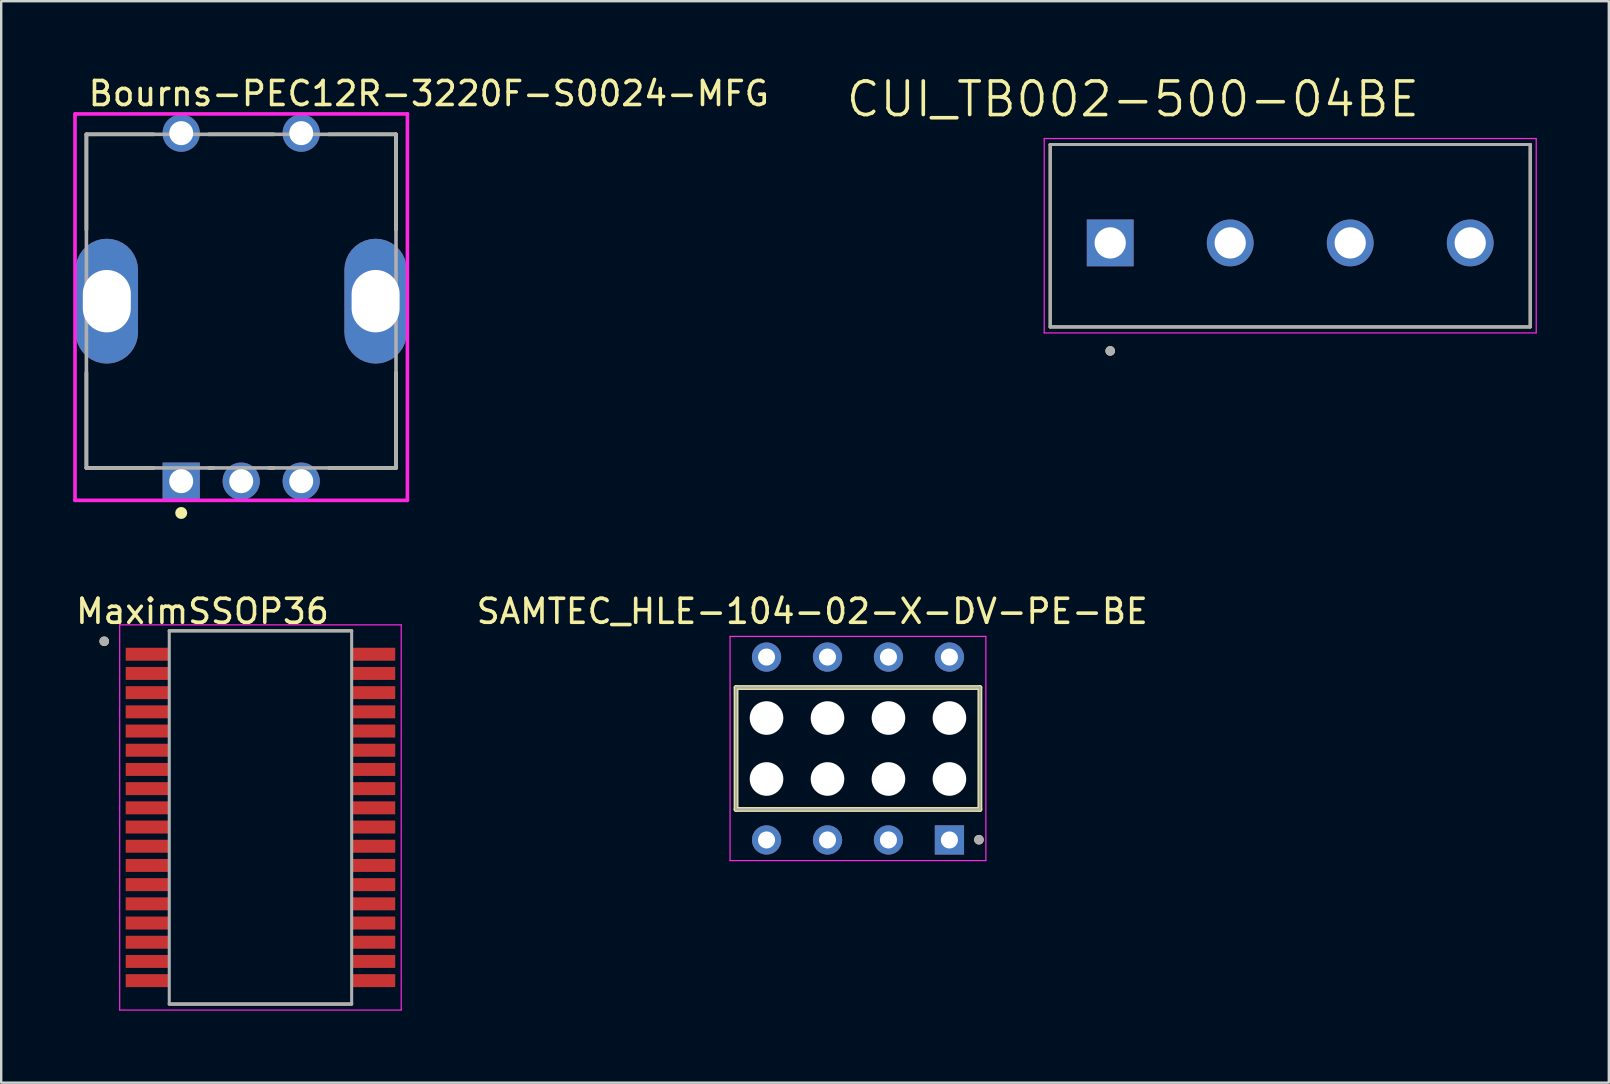
<source format=kicad_pcb>
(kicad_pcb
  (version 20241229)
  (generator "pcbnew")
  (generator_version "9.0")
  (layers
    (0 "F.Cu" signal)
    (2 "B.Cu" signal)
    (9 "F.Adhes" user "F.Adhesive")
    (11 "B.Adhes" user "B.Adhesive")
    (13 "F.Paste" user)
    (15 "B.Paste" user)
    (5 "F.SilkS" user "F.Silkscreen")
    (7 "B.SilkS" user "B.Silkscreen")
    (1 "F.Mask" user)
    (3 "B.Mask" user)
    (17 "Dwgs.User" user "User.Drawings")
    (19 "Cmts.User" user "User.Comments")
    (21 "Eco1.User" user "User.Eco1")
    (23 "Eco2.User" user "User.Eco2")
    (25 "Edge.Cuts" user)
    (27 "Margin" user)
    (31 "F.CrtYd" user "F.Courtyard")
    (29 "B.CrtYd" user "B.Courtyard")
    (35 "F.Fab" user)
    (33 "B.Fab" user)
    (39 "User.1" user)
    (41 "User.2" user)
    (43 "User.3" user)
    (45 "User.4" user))
  (footprint "Bourns-PEC12R-3220F-S0024-MFG"
    (layer "F.Cu")
    (at 7 9.498)
    (property "Reference" "Bourns-PEC12R-3220F-S0024-MFG" (at -6.45 -8.65 0) (layer "F.SilkS") (effects (font (size 1 1) (thickness 0.15)) (justify left)))
    (attr through_hole)
    (fp_line (start -6.45 -6.95) (end -3.65 -6.95) (stroke (width 0.15) (type solid)) (layer "F.SilkS"))
    (fp_line (start -6.45 -2.975) (end -6.45 -6.95) (stroke (width 0.15) (type solid)) (layer "F.SilkS"))
    (fp_line (start -6.45 6.95) (end -6.45 2.975) (stroke (width 0.15) (type solid)) (layer "F.SilkS"))
    (fp_line (start -6.45 6.95) (end -3.65 6.95) (stroke (width 0.15) (type solid)) (layer "F.SilkS"))
    (fp_line (start -1.35 -6.95) (end 1.35 -6.95) (stroke (width 0.15) (type solid)) (layer "F.SilkS"))
    (fp_line (start -1.35 6.95) (end -1.15 6.95) (stroke (width 0.15) (type solid)) (layer "F.SilkS"))
    (fp_line (start 1.15 6.95) (end 1.35 6.95) (stroke (width 0.15) (type solid)) (layer "F.SilkS"))
    (fp_line (start 3.65 -6.95) (end 6.45 -6.95) (stroke (width 0.15) (type solid)) (layer "F.SilkS"))
    (fp_line (start 3.65 6.95) (end 6.45 6.95) (stroke (width 0.15) (type solid)) (layer "F.SilkS"))
    (fp_line (start 6.45 -2.975) (end 6.45 -6.95) (stroke (width 0.15) (type solid)) (layer "F.SilkS"))
    (fp_line (start 6.45 6.95) (end 6.45 2.975) (stroke (width 0.15) (type solid)) (layer "F.SilkS"))
    (fp_circle (center -2.5 8.825) (end -2.375 8.825) (stroke (width 0.25) (type solid)) (fill no) (layer "F.SilkS"))
    (fp_line (start -6.925 -7.8) (end -6.925 8.3) (stroke (width 0.15) (type solid)) (layer "F.CrtYd"))
    (fp_line (start -6.925 8.3) (end 6.925 8.3) (stroke (width 0.15) (type solid)) (layer "F.CrtYd"))
    (fp_line (start 6.925 -7.8) (end -6.925 -7.8) (stroke (width 0.15) (type solid)) (layer "F.CrtYd"))
    (fp_line (start 6.925 -7.8) (end 6.925 -7.8) (stroke (width 0.15) (type solid)) (layer "F.CrtYd"))
    (fp_line (start 6.925 8.3) (end 6.925 -7.8) (stroke (width 0.15) (type solid)) (layer "F.CrtYd"))
    (fp_line (start -6.45 -6.95) (end 6.45 -6.95) (stroke (width 0.15) (type solid)) (layer "F.Fab"))
    (fp_line (start -6.45 6.95) (end -6.45 -6.95) (stroke (width 0.15) (type solid)) (layer "F.Fab"))
    (fp_line (start 6.45 -6.95) (end 6.45 6.95) (stroke (width 0.15) (type solid)) (layer "F.Fab"))
    (fp_line (start 6.45 6.95) (end -6.45 6.95) (stroke (width 0.15) (type solid)) (layer "F.Fab"))
    (pad "1" thru_hole circle (at -2.5 -7) (size 1.55 1.55) (drill 1) (layers "*.Cu" "*.Mask"))
    (pad "2" thru_hole circle (at 2.5 -7) (size 1.55 1.55) (drill 1) (layers "*.Cu" "*.Mask"))
    (pad "3" thru_hole roundrect (at -5.6 0) (size 2.6 5.2) (drill oval 2 2.6) (layers "*.Cu" "*.Mask") (roundrect_rratio 0.5))
    (pad "4" thru_hole roundrect (at 5.6 0) (size 2.6 5.2) (drill oval 2 2.6) (layers "*.Cu" "*.Mask") (roundrect_rratio 0.5))
    (pad "A" thru_hole rect (at -2.5 7.5) (size 1.55 1.55) (drill 1) (layers "*.Cu" "*.Mask"))
    (pad "B" thru_hole circle (at 2.5 7.5) (size 1.55 1.55) (drill 1) (layers "*.Cu" "*.Mask"))
    (pad "C" thru_hole circle (at 0 7.5) (size 1.55 1.55) (drill 1) (layers "*.Cu" "*.Mask")))
  (footprint "CUI_TB002-500-04BE"
    (layer "F.Cu")
    (at 43.207 7.071)
    (property "Reference" "CUI_TB002-500-04BE" (at 0.945 -5.989 0) (layer "F.SilkS") (effects (font (size 1.4 1.4) (thickness 0.15))))
    (attr through_hole)
    (fp_line (start -2.5 -4.1) (end 17.5 -4.1) (stroke (width 0.127) (type solid)) (layer "F.SilkS"))
    (fp_line (start -2.5 3.5) (end -2.5 -4.1) (stroke (width 0.127) (type solid)) (layer "F.SilkS"))
    (fp_line (start 17.5 -4.1) (end 17.5 3.5) (stroke (width 0.127) (type solid)) (layer "F.SilkS"))
    (fp_line (start 17.5 3.5) (end -2.5 3.5) (stroke (width 0.127) (type solid)) (layer "F.SilkS"))
    (fp_circle (center 0 4.5) (end 0.1 4.5) (stroke (width 0.2) (type solid)) (fill no) (layer "F.SilkS"))
    (fp_line (start -2.75 -4.35) (end 17.75 -4.35) (stroke (width 0.05) (type solid)) (layer "F.CrtYd"))
    (fp_line (start -2.75 3.75) (end -2.75 -4.35) (stroke (width 0.05) (type solid)) (layer "F.CrtYd"))
    (fp_line (start 17.75 -4.35) (end 17.75 3.75) (stroke (width 0.05) (type solid)) (layer "F.CrtYd"))
    (fp_line (start 17.75 3.75) (end -2.75 3.75) (stroke (width 0.05) (type solid)) (layer "F.CrtYd"))
    (fp_line (start -2.5 -4.1) (end 17.5 -4.1) (stroke (width 0.127) (type solid)) (layer "F.Fab"))
    (fp_line (start -2.5 3.5) (end -2.5 -4.1) (stroke (width 0.127) (type solid)) (layer "F.Fab"))
    (fp_line (start 17.5 -4.1) (end 17.5 3.5) (stroke (width 0.127) (type solid)) (layer "F.Fab"))
    (fp_line (start 17.5 3.5) (end -2.5 3.5) (stroke (width 0.127) (type solid)) (layer "F.Fab"))
    (fp_circle (center 0 4.5) (end 0.1 4.5) (stroke (width 0.2) (type solid)) (fill no) (layer "F.Fab"))
    (pad "1" thru_hole rect (at 0 0) (size 1.95 1.95) (drill 1.3) (layers "*.Cu" "*.Mask"))
    (pad "2" thru_hole circle (at 5 0) (size 1.95 1.95) (drill 1.3) (layers "*.Cu" "*.Mask"))
    (pad "3" thru_hole circle (at 10 0) (size 1.95 1.95) (drill 1.3) (layers "*.Cu" "*.Mask"))
    (pad "4" thru_hole circle (at 15 0) (size 1.95 1.95) (drill 1.3) (layers "*.Cu" "*.Mask")))
  (footprint "SAMTEC_HLE-104-02-X-DV-PE-BE"
    (layer "F.Cu")
    (at 32.698 28.137)
    (property "Reference" "SAMTEC_HLE-104-02-X-DV-PE-BE" (at -1.905 -5.715 0) (layer "F.SilkS") (effects (font (size 1 1) (thickness 0.15))))
    (attr through_hole)
    (fp_line (start -5.08 -2.54) (end 5.08 -2.54) (stroke (width 0.2) (type solid)) (layer "F.SilkS"))
    (fp_line (start -5.08 2.54) (end -5.08 -2.54) (stroke (width 0.2) (type solid)) (layer "F.SilkS"))
    (fp_line (start 5.08 -2.54) (end 5.08 2.54) (stroke (width 0.2) (type solid)) (layer "F.SilkS"))
    (fp_line (start 5.08 2.54) (end -5.08 2.54) (stroke (width 0.2) (type solid)) (layer "F.SilkS"))
    (fp_circle (center 5.04 3.8) (end 5.14 3.8) (stroke (width 0.2) (type solid)) (fill no) (layer "F.SilkS"))
    (fp_line (start -5.33 -4.67) (end 5.33 -4.67) (stroke (width 0.05) (type solid)) (layer "F.CrtYd"))
    (fp_line (start -5.33 4.67) (end -5.33 -4.67) (stroke (width 0.05) (type solid)) (layer "F.CrtYd"))
    (fp_line (start 5.33 -4.67) (end 5.33 4.67) (stroke (width 0.05) (type solid)) (layer "F.CrtYd"))
    (fp_line (start 5.33 4.67) (end -5.33 4.67) (stroke (width 0.05) (type solid)) (layer "F.CrtYd"))
    (fp_line (start -5.08 -2.54) (end 5.08 -2.54) (stroke (width 0.1) (type solid)) (layer "F.Fab"))
    (fp_line (start -5.08 2.54) (end -5.08 -2.54) (stroke (width 0.1) (type solid)) (layer "F.Fab"))
    (fp_line (start 5.08 -2.54) (end 5.08 2.54) (stroke (width 0.1) (type solid)) (layer "F.Fab"))
    (fp_line (start 5.08 2.54) (end -5.08 2.54) (stroke (width 0.1) (type solid)) (layer "F.Fab"))
    (fp_circle (center 5.04 3.8) (end 5.14 3.8) (stroke (width 0.2) (type solid)) (fill no) (layer "F.Fab"))
    (pad "" np_thru_hole circle (at -3.81 -1.27) (size 1.4 1.4) (drill 1.4) (layers "*.Cu" "*.Mask"))
    (pad "" np_thru_hole circle (at -3.81 1.27) (size 1.4 1.4) (drill 1.4) (layers "*.Cu" "*.Mask"))
    (pad "" np_thru_hole circle (at -1.27 -1.27) (size 1.4 1.4) (drill 1.4) (layers "*.Cu" "*.Mask"))
    (pad "" np_thru_hole circle (at -1.27 1.27) (size 1.4 1.4) (drill 1.4) (layers "*.Cu" "*.Mask"))
    (pad "" np_thru_hole circle (at 1.27 -1.27) (size 1.4 1.4) (drill 1.4) (layers "*.Cu" "*.Mask"))
    (pad "" np_thru_hole circle (at 1.27 1.27) (size 1.4 1.4) (drill 1.4) (layers "*.Cu" "*.Mask"))
    (pad "" np_thru_hole circle (at 3.81 -1.27) (size 1.4 1.4) (drill 1.4) (layers "*.Cu" "*.Mask"))
    (pad "" np_thru_hole circle (at 3.81 1.27) (size 1.4 1.4) (drill 1.4) (layers "*.Cu" "*.Mask"))
    (pad "01" thru_hole rect (at 3.81 3.81) (size 1.218 1.218) (drill 0.71) (layers "*.Cu" "*.Mask"))
    (pad "02" thru_hole circle (at 3.81 -3.81) (size 1.218 1.218) (drill 0.71) (layers "*.Cu" "*.Mask"))
    (pad "03" thru_hole circle (at 1.27 3.81) (size 1.218 1.218) (drill 0.71) (layers "*.Cu" "*.Mask"))
    (pad "04" thru_hole circle (at 1.27 -3.81) (size 1.218 1.218) (drill 0.71) (layers "*.Cu" "*.Mask"))
    (pad "05" thru_hole circle (at -1.27 3.81) (size 1.218 1.218) (drill 0.71) (layers "*.Cu" "*.Mask"))
    (pad "06" thru_hole circle (at -1.27 -3.81) (size 1.218 1.218) (drill 0.71) (layers "*.Cu" "*.Mask"))
    (pad "07" thru_hole circle (at -3.81 3.81) (size 1.218 1.218) (drill 0.71) (layers "*.Cu" "*.Mask"))
    (pad "08" thru_hole circle (at -3.81 -3.81) (size 1.218 1.218) (drill 0.71) (layers "*.Cu" "*.Mask")))
  (footprint "MaximSSOP36"
    (layer "F.Cu")
    (at 7.802 31.009)
    (property "Reference" "MaximSSOP36" (at -2.415 -8.587 0) (layer "F.SilkS") (effects (font (size 1 1) (thickness 0.15))))
    (attr through_hole)
    (fp_line (start -3.8 -7.775) (end 3.8 -7.775) (stroke (width 0.127) (type solid)) (layer "F.SilkS"))
    (fp_line (start -3.8 7.775) (end 3.8 7.775) (stroke (width 0.127) (type solid)) (layer "F.SilkS"))
    (fp_circle (center -6.51 -7.34) (end -6.41 -7.34) (stroke (width 0.2) (type solid)) (fill no) (layer "F.SilkS"))
    (fp_line (start -5.865 -8.025) (end -5.865 8.025) (stroke (width 0.05) (type solid)) (layer "F.CrtYd"))
    (fp_line (start -5.865 -8.025) (end 5.865 -8.025) (stroke (width 0.05) (type solid)) (layer "F.CrtYd"))
    (fp_line (start -5.865 8.025) (end 5.865 8.025) (stroke (width 0.05) (type solid)) (layer "F.CrtYd"))
    (fp_line (start 5.865 -8.025) (end 5.865 8.025) (stroke (width 0.05) (type solid)) (layer "F.CrtYd"))
    (fp_line (start -3.8 -7.775) (end -3.8 7.775) (stroke (width 0.127) (type solid)) (layer "F.Fab"))
    (fp_line (start -3.8 -7.775) (end 3.8 -7.775) (stroke (width 0.127) (type solid)) (layer "F.Fab"))
    (fp_line (start -3.8 7.775) (end 3.8 7.775) (stroke (width 0.127) (type solid)) (layer "F.Fab"))
    (fp_line (start 3.8 -7.775) (end 3.8 7.775) (stroke (width 0.127) (type solid)) (layer "F.Fab"))
    (fp_circle (center -6.51 -7.34) (end -6.41 -7.34) (stroke (width 0.2) (type solid)) (fill no) (layer "F.Fab"))
    (pad "1" smd rect (at -4.72 -6.8) (size 1.79 0.54) (layers "F.Cu" "F.Mask" "F.Paste"))
    (pad "2" smd rect (at -4.72 -6) (size 1.79 0.54) (layers "F.Cu" "F.Mask" "F.Paste"))
    (pad "3" smd rect (at -4.72 -5.2) (size 1.79 0.54) (layers "F.Cu" "F.Mask" "F.Paste"))
    (pad "4" smd rect (at -4.72 -4.4) (size 1.79 0.54) (layers "F.Cu" "F.Mask" "F.Paste"))
    (pad "5" smd rect (at -4.72 -3.6) (size 1.79 0.54) (layers "F.Cu" "F.Mask" "F.Paste"))
    (pad "6" smd rect (at -4.72 -2.8) (size 1.79 0.54) (layers "F.Cu" "F.Mask" "F.Paste"))
    (pad "7" smd rect (at -4.72 -2) (size 1.79 0.54) (layers "F.Cu" "F.Mask" "F.Paste"))
    (pad "8" smd rect (at -4.72 -1.2) (size 1.79 0.54) (layers "F.Cu" "F.Mask" "F.Paste"))
    (pad "9" smd rect (at -4.72 -0.4) (size 1.79 0.54) (layers "F.Cu" "F.Mask" "F.Paste"))
    (pad "10" smd rect (at -4.72 0.4) (size 1.79 0.54) (layers "F.Cu" "F.Mask" "F.Paste"))
    (pad "11" smd rect (at -4.72 1.2) (size 1.79 0.54) (layers "F.Cu" "F.Mask" "F.Paste"))
    (pad "12" smd rect (at -4.72 2) (size 1.79 0.54) (layers "F.Cu" "F.Mask" "F.Paste"))
    (pad "13" smd rect (at -4.72 2.8) (size 1.79 0.54) (layers "F.Cu" "F.Mask" "F.Paste"))
    (pad "14" smd rect (at -4.72 3.6) (size 1.79 0.54) (layers "F.Cu" "F.Mask" "F.Paste"))
    (pad "15" smd rect (at -4.72 4.4) (size 1.79 0.54) (layers "F.Cu" "F.Mask" "F.Paste"))
    (pad "16" smd rect (at -4.72 5.2) (size 1.79 0.54) (layers "F.Cu" "F.Mask" "F.Paste"))
    (pad "17" smd rect (at -4.72 6) (size 1.79 0.54) (layers "F.Cu" "F.Mask" "F.Paste"))
    (pad "18" smd rect (at -4.72 6.8) (size 1.79 0.54) (layers "F.Cu" "F.Mask" "F.Paste"))
    (pad "19" smd rect (at 4.72 6.8) (size 1.79 0.54) (layers "F.Cu" "F.Mask" "F.Paste"))
    (pad "20" smd rect (at 4.72 6) (size 1.79 0.54) (layers "F.Cu" "F.Mask" "F.Paste"))
    (pad "21" smd rect (at 4.72 5.2) (size 1.79 0.54) (layers "F.Cu" "F.Mask" "F.Paste"))
    (pad "22" smd rect (at 4.72 4.4) (size 1.79 0.54) (layers "F.Cu" "F.Mask" "F.Paste"))
    (pad "23" smd rect (at 4.72 3.6) (size 1.79 0.54) (layers "F.Cu" "F.Mask" "F.Paste"))
    (pad "24" smd rect (at 4.72 2.8) (size 1.79 0.54) (layers "F.Cu" "F.Mask" "F.Paste"))
    (pad "25" smd rect (at 4.72 2) (size 1.79 0.54) (layers "F.Cu" "F.Mask" "F.Paste"))
    (pad "26" smd rect (at 4.72 1.2) (size 1.79 0.54) (layers "F.Cu" "F.Mask" "F.Paste"))
    (pad "27" smd rect (at 4.72 0.4) (size 1.79 0.54) (layers "F.Cu" "F.Mask" "F.Paste"))
    (pad "28" smd rect (at 4.72 -0.4) (size 1.79 0.54) (layers "F.Cu" "F.Mask" "F.Paste"))
    (pad "29" smd rect (at 4.72 -1.2) (size 1.79 0.54) (layers "F.Cu" "F.Mask" "F.Paste"))
    (pad "30" smd rect (at 4.72 -2) (size 1.79 0.54) (layers "F.Cu" "F.Mask" "F.Paste"))
    (pad "31" smd rect (at 4.72 -2.8) (size 1.79 0.54) (layers "F.Cu" "F.Mask" "F.Paste"))
    (pad "32" smd rect (at 4.72 -3.6) (size 1.79 0.54) (layers "F.Cu" "F.Mask" "F.Paste"))
    (pad "33" smd rect (at 4.72 -4.4) (size 1.79 0.54) (layers "F.Cu" "F.Mask" "F.Paste"))
    (pad "34" smd rect (at 4.72 -5.2) (size 1.79 0.54) (layers "F.Cu" "F.Mask" "F.Paste"))
    (pad "35" smd rect (at 4.72 -6) (size 1.79 0.54) (layers "F.Cu" "F.Mask" "F.Paste"))
    (pad "36" smd rect (at 4.72 -6.8) (size 1.79 0.54) (layers "F.Cu" "F.Mask" "F.Paste")))
  (gr_rect
    (start -3 -3)
    (end 63.982 42.059)
    (stroke (width 0.1) (type default))
    (fill no)
    (layer "Edge.Cuts")))
</source>
